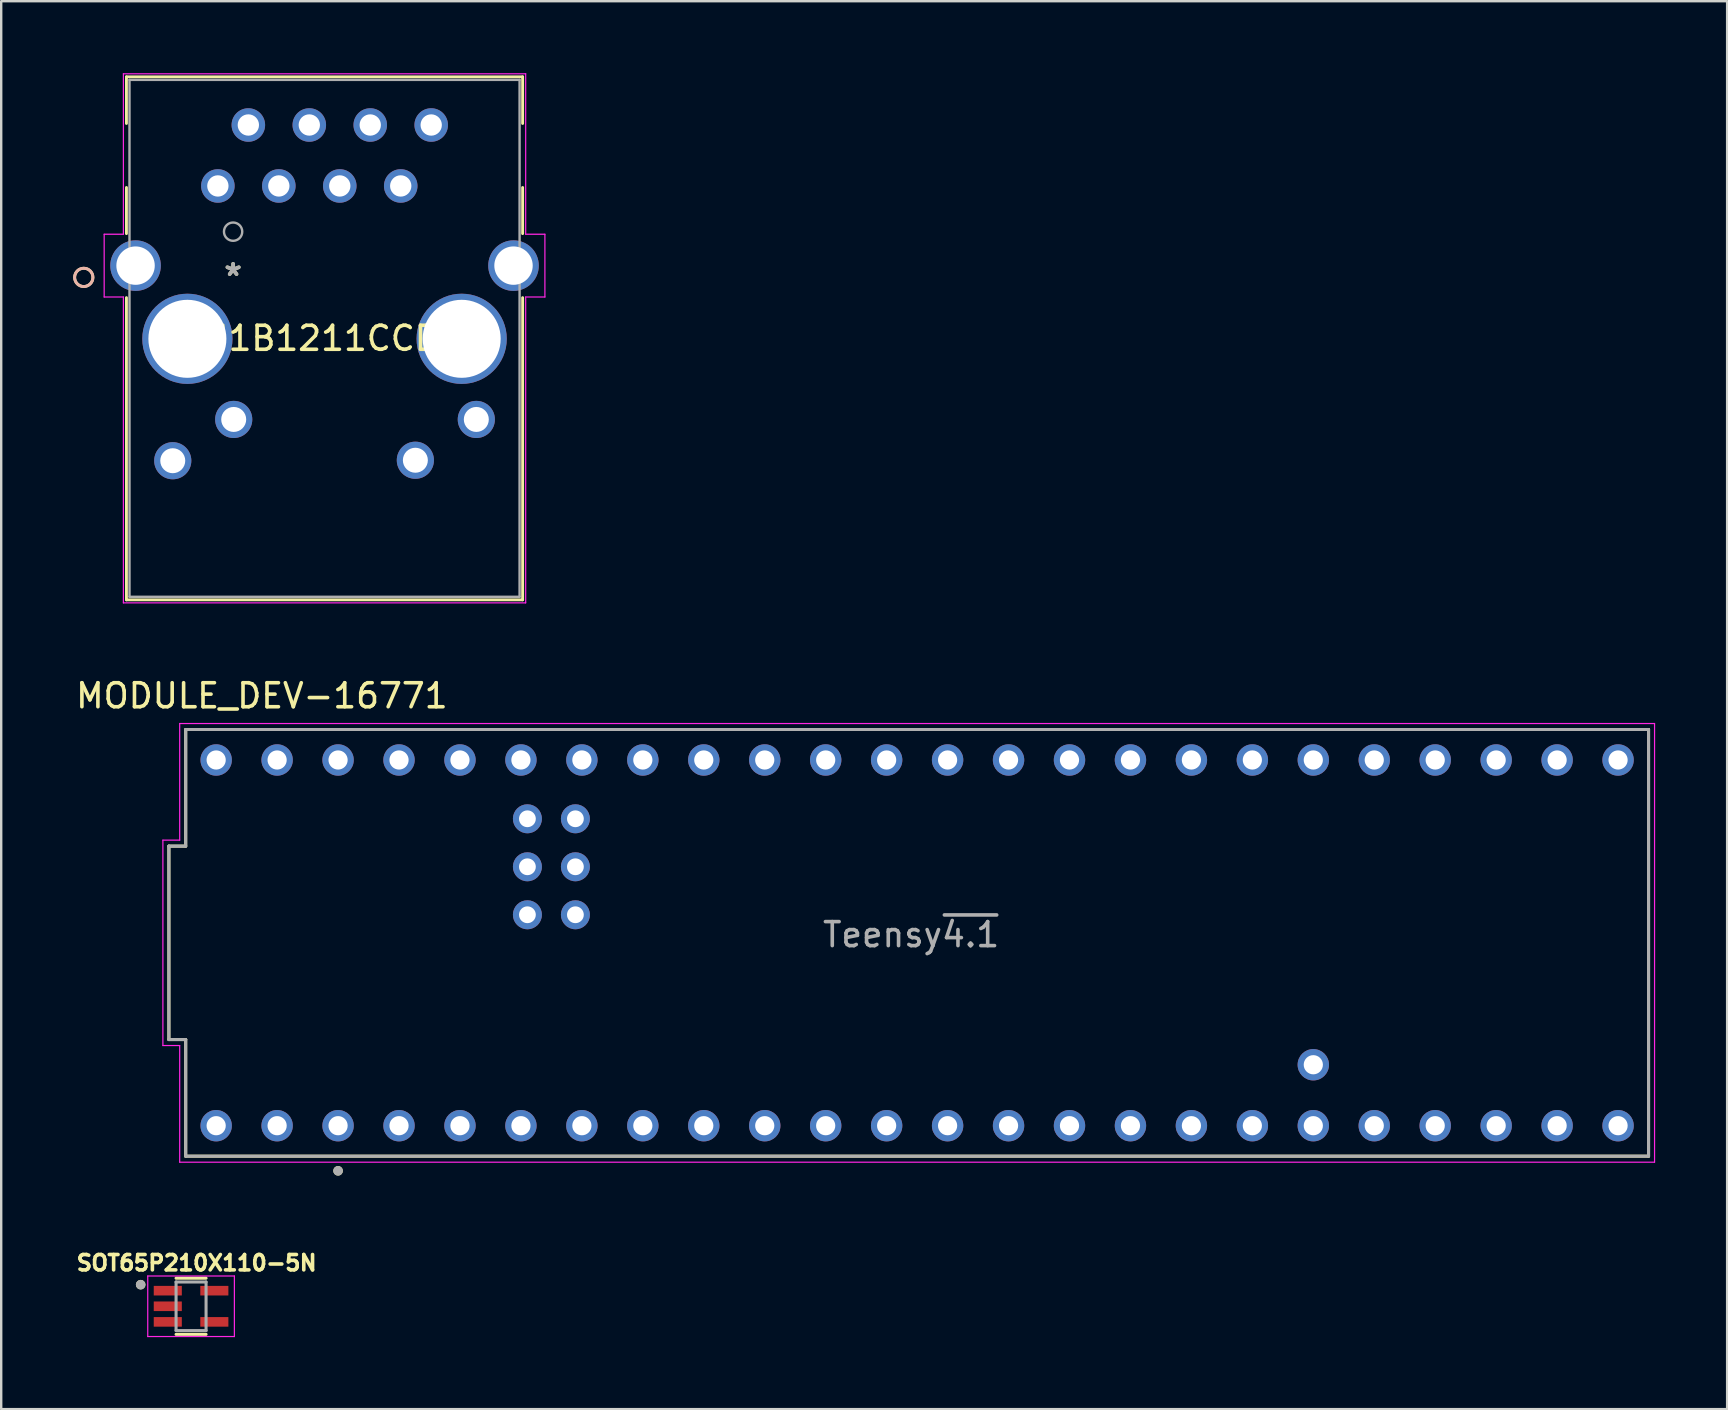
<source format=kicad_pcb>
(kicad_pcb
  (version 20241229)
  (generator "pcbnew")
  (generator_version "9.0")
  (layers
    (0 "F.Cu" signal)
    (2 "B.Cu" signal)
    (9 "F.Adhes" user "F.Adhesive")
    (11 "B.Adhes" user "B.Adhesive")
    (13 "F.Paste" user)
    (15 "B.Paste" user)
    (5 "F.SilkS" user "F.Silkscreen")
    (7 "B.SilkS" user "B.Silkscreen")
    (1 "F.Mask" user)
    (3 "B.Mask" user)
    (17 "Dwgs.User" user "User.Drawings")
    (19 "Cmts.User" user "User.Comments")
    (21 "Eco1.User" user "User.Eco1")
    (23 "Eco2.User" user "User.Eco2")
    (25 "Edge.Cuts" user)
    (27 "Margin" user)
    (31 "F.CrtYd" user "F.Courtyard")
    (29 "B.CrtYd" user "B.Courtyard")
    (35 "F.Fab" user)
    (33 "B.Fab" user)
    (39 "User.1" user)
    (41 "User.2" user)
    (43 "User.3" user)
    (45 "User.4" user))
  (footprint "MODULE_DEV-16771"
    (layer "F.Cu")
    (at 35.168 36.24)
    (property "Reference" "MODULE_DEV-16771" (at -27.305 -10.295 0) (layer "F.SilkS") (effects (font (size 1 1) (thickness 0.15))))
    (attr through_hole)
    (fp_line (start -31.18 4.03) (end -31.18 -4.03) (stroke (width 0.127) (type solid)) (layer "F.SilkS"))
    (fp_line (start -30.48 -8.89) (end -30.48 -4.03) (stroke (width 0.127) (type solid)) (layer "F.SilkS"))
    (fp_line (start -30.48 -8.89) (end 30.48 -8.89) (stroke (width 0.127) (type solid)) (layer "F.SilkS"))
    (fp_line (start -30.48 -4.03) (end -31.18 -4.03) (stroke (width 0.127) (type solid)) (layer "F.SilkS"))
    (fp_line (start -30.48 4.03) (end -31.18 4.03) (stroke (width 0.127) (type solid)) (layer "F.SilkS"))
    (fp_line (start -30.48 8.89) (end -30.48 4.03) (stroke (width 0.127) (type solid)) (layer "F.SilkS"))
    (fp_line (start 30.48 -8.89) (end 30.48 8.89) (stroke (width 0.127) (type solid)) (layer "F.SilkS"))
    (fp_line (start 30.48 8.89) (end -30.48 8.89) (stroke (width 0.127) (type solid)) (layer "F.SilkS"))
    (fp_circle (center -24.13 9.5) (end -24.03 9.5) (stroke (width 0.2) (type solid)) (fill no) (layer "F.SilkS"))
    (fp_line (start -31.43 4.28) (end -31.43 -4.28) (stroke (width 0.05) (type solid)) (layer "F.CrtYd"))
    (fp_line (start -30.73 -9.14) (end -30.73 -4.28) (stroke (width 0.05) (type solid)) (layer "F.CrtYd"))
    (fp_line (start -30.73 -9.14) (end 30.73 -9.14) (stroke (width 0.05) (type solid)) (layer "F.CrtYd"))
    (fp_line (start -30.73 -4.28) (end -31.43 -4.28) (stroke (width 0.05) (type solid)) (layer "F.CrtYd"))
    (fp_line (start -30.73 4.28) (end -31.43 4.28) (stroke (width 0.05) (type solid)) (layer "F.CrtYd"))
    (fp_line (start -30.73 9.14) (end -30.73 4.28) (stroke (width 0.05) (type solid)) (layer "F.CrtYd"))
    (fp_line (start 30.73 -9.14) (end 30.73 9.14) (stroke (width 0.05) (type solid)) (layer "F.CrtYd"))
    (fp_line (start 30.73 9.14) (end -30.73 9.14) (stroke (width 0.05) (type solid)) (layer "F.CrtYd"))
    (fp_line (start -31.18 4.03) (end -31.18 -4.03) (stroke (width 0.127) (type solid)) (layer "F.Fab"))
    (fp_line (start -30.48 -8.89) (end -30.48 -4.03) (stroke (width 0.127) (type solid)) (layer "F.Fab"))
    (fp_line (start -30.48 -8.89) (end 30.48 -8.89) (stroke (width 0.127) (type solid)) (layer "F.Fab"))
    (fp_line (start -30.48 -4.03) (end -31.18 -4.03) (stroke (width 0.127) (type solid)) (layer "F.Fab"))
    (fp_line (start -30.48 4.03) (end -31.18 4.03) (stroke (width 0.127) (type solid)) (layer "F.Fab"))
    (fp_line (start -30.48 8.89) (end -30.48 4.03) (stroke (width 0.127) (type solid)) (layer "F.Fab"))
    (fp_line (start 30.48 -8.89) (end 30.48 8.89) (stroke (width 0.127) (type solid)) (layer "F.Fab"))
    (fp_line (start 30.48 8.89) (end -30.48 8.89) (stroke (width 0.127) (type solid)) (layer "F.Fab"))
    (fp_circle (center -24.13 9.5) (end -24.03 9.5) (stroke (width 0.2) (type solid)) (fill no) (layer "F.Fab"))
    (fp_text user "Teensy~{4.1}" (at -0.25 -0.34 0) (layer "F.Fab") (effects (font (size 1 1) (thickness 0.15))))
    (pad "0" thru_hole circle (at -26.67 7.62) (size 1.308 1.308) (drill 0.8) (layers "*.Cu" "*.Mask"))
    (pad "1" thru_hole circle (at -24.13 7.62) (size 1.308 1.308) (drill 0.8) (layers "*.Cu" "*.Mask"))
    (pad "2" thru_hole circle (at -21.59 7.62) (size 1.308 1.308) (drill 0.8) (layers "*.Cu" "*.Mask"))
    (pad "3" thru_hole circle (at -19.05 7.62) (size 1.308 1.308) (drill 0.8) (layers "*.Cu" "*.Mask"))
    (pad "3.3V_1" thru_hole circle (at 6.35 7.62) (size 1.308 1.308) (drill 0.8) (layers "*.Cu" "*.Mask"))
    (pad "3.3V_2" thru_hole circle (at -24.13 -7.62) (size 1.308 1.308) (drill 0.8) (layers "*.Cu" "*.Mask"))
    (pad "4" thru_hole circle (at -16.51 7.62) (size 1.308 1.308) (drill 0.8) (layers "*.Cu" "*.Mask"))
    (pad "5" thru_hole circle (at -13.97 7.62) (size 1.308 1.308) (drill 0.8) (layers "*.Cu" "*.Mask"))
    (pad "6" thru_hole circle (at -11.43 7.62) (size 1.308 1.308) (drill 0.8) (layers "*.Cu" "*.Mask"))
    (pad "7" thru_hole circle (at -8.89 7.62) (size 1.308 1.308) (drill 0.8) (layers "*.Cu" "*.Mask"))
    (pad "8" thru_hole circle (at -6.35 7.62) (size 1.308 1.308) (drill 0.8) (layers "*.Cu" "*.Mask"))
    (pad "9" thru_hole circle (at -3.81 7.62) (size 1.308 1.308) (drill 0.8) (layers "*.Cu" "*.Mask"))
    (pad "10" thru_hole circle (at -1.27 7.62) (size 1.308 1.308) (drill 0.8) (layers "*.Cu" "*.Mask"))
    (pad "11" thru_hole circle (at 1.27 7.62) (size 1.308 1.308) (drill 0.8) (layers "*.Cu" "*.Mask"))
    (pad "12" thru_hole circle (at 3.81 7.62) (size 1.308 1.308) (drill 0.8) (layers "*.Cu" "*.Mask"))
    (pad "13" thru_hole circle (at 3.81 -7.62) (size 1.308 1.308) (drill 0.8) (layers "*.Cu" "*.Mask"))
    (pad "14" thru_hole circle (at 1.27 -7.62) (size 1.308 1.308) (drill 0.8) (layers "*.Cu" "*.Mask"))
    (pad "15" thru_hole circle (at -1.27 -7.62) (size 1.308 1.308) (drill 0.8) (layers "*.Cu" "*.Mask"))
    (pad "16" thru_hole circle (at -3.81 -7.62) (size 1.308 1.308) (drill 0.8) (layers "*.Cu" "*.Mask"))
    (pad "17" thru_hole circle (at -6.35 -7.62) (size 1.308 1.308) (drill 0.8) (layers "*.Cu" "*.Mask"))
    (pad "18" thru_hole circle (at -8.89 -7.62) (size 1.308 1.308) (drill 0.8) (layers "*.Cu" "*.Mask"))
    (pad "19" thru_hole circle (at -11.43 -7.62) (size 1.308 1.308) (drill 0.8) (layers "*.Cu" "*.Mask"))
    (pad "20" thru_hole circle (at -13.97 -7.62) (size 1.308 1.308) (drill 0.8) (layers "*.Cu" "*.Mask"))
    (pad "21" thru_hole circle (at -16.51 -7.62) (size 1.308 1.308) (drill 0.8) (layers "*.Cu" "*.Mask"))
    (pad "22" thru_hole circle (at -19.05 -7.62) (size 1.308 1.308) (drill 0.8) (layers "*.Cu" "*.Mask"))
    (pad "23" thru_hole circle (at -21.59 -7.62) (size 1.308 1.308) (drill 0.8) (layers "*.Cu" "*.Mask"))
    (pad "24" thru_hole circle (at 8.89 7.62) (size 1.308 1.308) (drill 0.8) (layers "*.Cu" "*.Mask"))
    (pad "25" thru_hole circle (at 11.43 7.62) (size 1.308 1.308) (drill 0.8) (layers "*.Cu" "*.Mask"))
    (pad "26" thru_hole circle (at 13.97 7.62) (size 1.308 1.308) (drill 0.8) (layers "*.Cu" "*.Mask"))
    (pad "27" thru_hole circle (at 16.51 7.62) (size 1.308 1.308) (drill 0.8) (layers "*.Cu" "*.Mask"))
    (pad "28" thru_hole circle (at 19.05 7.62) (size 1.308 1.308) (drill 0.8) (layers "*.Cu" "*.Mask"))
    (pad "29" thru_hole circle (at 21.59 7.62) (size 1.308 1.308) (drill 0.8) (layers "*.Cu" "*.Mask"))
    (pad "30" thru_hole circle (at 24.13 7.62) (size 1.308 1.308) (drill 0.8) (layers "*.Cu" "*.Mask"))
    (pad "31" thru_hole circle (at 26.67 7.62) (size 1.308 1.308) (drill 0.8) (layers "*.Cu" "*.Mask"))
    (pad "32" thru_hole circle (at 29.21 7.62) (size 1.308 1.308) (drill 0.8) (layers "*.Cu" "*.Mask"))
    (pad "33" thru_hole circle (at 29.21 -7.62) (size 1.308 1.308) (drill 0.8) (layers "*.Cu" "*.Mask"))
    (pad "34" thru_hole circle (at 26.67 -7.62) (size 1.308 1.308) (drill 0.8) (layers "*.Cu" "*.Mask"))
    (pad "35" thru_hole circle (at 24.13 -7.62) (size 1.308 1.308) (drill 0.8) (layers "*.Cu" "*.Mask"))
    (pad "36" thru_hole circle (at 21.59 -7.62) (size 1.308 1.308) (drill 0.8) (layers "*.Cu" "*.Mask"))
    (pad "37" thru_hole circle (at 19.05 -7.62) (size 1.308 1.308) (drill 0.8) (layers "*.Cu" "*.Mask"))
    (pad "38" thru_hole circle (at 16.51 -7.62) (size 1.308 1.308) (drill 0.8) (layers "*.Cu" "*.Mask"))
    (pad "39" thru_hole circle (at 13.97 -7.62) (size 1.308 1.308) (drill 0.8) (layers "*.Cu" "*.Mask"))
    (pad "40" thru_hole circle (at 11.43 -7.62) (size 1.308 1.308) (drill 0.8) (layers "*.Cu" "*.Mask"))
    (pad "41" thru_hole circle (at 8.89 -7.62) (size 1.308 1.308) (drill 0.8) (layers "*.Cu" "*.Mask"))
    (pad "GND1" thru_hole circle (at -29.21 7.62) (size 1.308 1.308) (drill 0.8) (layers "*.Cu" "*.Mask"))
    (pad "GND2" thru_hole circle (at 6.35 -7.62) (size 1.308 1.308) (drill 0.8) (layers "*.Cu" "*.Mask"))
    (pad "GND3" thru_hole circle (at -26.67 -7.62) (size 1.308 1.308) (drill 0.8) (layers "*.Cu" "*.Mask"))
    (pad "GND5" thru_hole circle (at -14.24 -3.17) (size 1.208 1.208) (drill 0.7) (layers "*.Cu" "*.Mask"))
    (pad "LED" thru_hole circle (at -16.24 -3.17) (size 1.208 1.208) (drill 0.7) (layers "*.Cu" "*.Mask"))
    (pad "R+" thru_hole circle (at -16.24 -5.17) (size 1.208 1.208) (drill 0.7) (layers "*.Cu" "*.Mask"))
    (pad "R-" thru_hole circle (at -14.24 -5.17) (size 1.208 1.208) (drill 0.7) (layers "*.Cu" "*.Mask"))
    (pad "T+" thru_hole circle (at -14.24 -1.17) (size 1.208 1.208) (drill 0.7) (layers "*.Cu" "*.Mask"))
    (pad "T-" thru_hole circle (at -16.24 -1.17) (size 1.208 1.208) (drill 0.7) (layers "*.Cu" "*.Mask"))
    (pad "VBAT" thru_hole circle (at 16.51 5.08) (size 1.308 1.308) (drill 0.8) (layers "*.Cu" "*.Mask"))
    (pad "VIN" thru_hole circle (at -29.21 -7.62) (size 1.308 1.308) (drill 0.8) (layers "*.Cu" "*.Mask")))
  (footprint "SOT65P210X110-5N"
    (layer "F.Cu")
    (at 4.912 51.385)
    (property "Reference" "SOT65P210X110-5N" (at 0.232 -1.806 0) (layer "F.SilkS") (effects (font (size 0.64 0.64) (thickness 0.15))))
    (attr through_hole)
    (fp_line (start -0.625 1.17) (end 0.625 1.17) (stroke (width 0.127) (type solid)) (layer "F.SilkS"))
    (fp_line (start 0.625 -1.17) (end -0.625 -1.17) (stroke (width 0.127) (type solid)) (layer "F.SilkS"))
    (fp_circle (center -2.1 -0.9) (end -2 -0.9) (stroke (width 0.2) (type solid)) (fill no) (layer "F.SilkS"))
    (fp_line (start -1.805 -1.262) (end -1.805 1.262) (stroke (width 0.05) (type solid)) (layer "F.CrtYd"))
    (fp_line (start -1.805 1.262) (end 1.805 1.262) (stroke (width 0.05) (type solid)) (layer "F.CrtYd"))
    (fp_line (start 1.805 -1.262) (end -1.805 -1.262) (stroke (width 0.05) (type solid)) (layer "F.CrtYd"))
    (fp_line (start 1.805 1.262) (end 1.805 -1.262) (stroke (width 0.05) (type solid)) (layer "F.CrtYd"))
    (fp_line (start -0.625 -1.012) (end -0.625 1.012) (stroke (width 0.127) (type solid)) (layer "F.Fab"))
    (fp_line (start -0.625 1.012) (end 0.625 1.012) (stroke (width 0.127) (type solid)) (layer "F.Fab"))
    (fp_line (start 0.625 -1.012) (end -0.625 -1.012) (stroke (width 0.127) (type solid)) (layer "F.Fab"))
    (fp_line (start 0.625 1.012) (end 0.625 -1.012) (stroke (width 0.127) (type solid)) (layer "F.Fab"))
    (fp_circle (center -2.1 -0.9) (end -2 -0.9) (stroke (width 0.2) (type solid)) (fill no) (layer "F.Fab"))
    (pad "1" smd rect (at -0.97 -0.65) (size 1.17 0.4) (layers "F.Cu" "F.Mask" "F.Paste"))
    (pad "2" smd rect (at -0.97 0) (size 1.17 0.4) (layers "F.Cu" "F.Mask" "F.Paste"))
    (pad "3" smd rect (at -0.97 0.65) (size 1.17 0.4) (layers "F.Cu" "F.Mask" "F.Paste"))
    (pad "4" smd rect (at 0.97 0.65) (size 1.17 0.4) (layers "F.Cu" "F.Mask" "F.Paste"))
    (pad "5" smd rect (at 0.97 -0.65) (size 1.17 0.4) (layers "F.Cu" "F.Mask" "F.Paste")))
  (footprint "J1B1211CCD"
    (layer "F.Cu")
    (at 6.664 8.489)
    (property "Reference" "J1B1211CCD" (at 3.81 2.56 0) (layer "F.SilkS") (effects (font (size 1 1) (thickness 0.15))))
    (attr through_hole)
    (fp_line (start -4.445 -8.337) (end -4.445 -6.394) (stroke (width 0.12) (type solid)) (layer "F.SilkS"))
    (fp_line (start -4.445 -3.726) (end -4.445 -1.804) (stroke (width 0.12) (type solid)) (layer "F.SilkS"))
    (fp_line (start -4.445 0.864) (end -4.445 13.457) (stroke (width 0.12) (type solid)) (layer "F.SilkS"))
    (fp_line (start -4.445 13.457) (end 12.065 13.457) (stroke (width 0.12) (type solid)) (layer "F.SilkS"))
    (fp_line (start 12.065 -8.337) (end -4.445 -8.337) (stroke (width 0.12) (type solid)) (layer "F.SilkS"))
    (fp_line (start 12.065 -6.394) (end 12.065 -8.337) (stroke (width 0.12) (type solid)) (layer "F.SilkS"))
    (fp_line (start 12.065 -1.804) (end 12.065 -3.726) (stroke (width 0.12) (type solid)) (layer "F.SilkS"))
    (fp_line (start 12.065 13.457) (end 12.065 0.864) (stroke (width 0.12) (type solid)) (layer "F.SilkS"))
    (fp_circle (center -6.223 0.02) (end -5.842 0.02) (stroke (width 0.12) (type solid)) (fill no) (layer "F.SilkS"))
    (fp_circle (center -6.223 0.02) (end -5.842 0.02) (stroke (width 0.12) (type solid)) (fill no) (layer "B.SilkS"))
    (fp_line (start -5.373 -1.778) (end -5.373 0.838) (stroke (width 0.05) (type solid)) (layer "F.CrtYd"))
    (fp_line (start -5.373 0.838) (end -4.572 0.838) (stroke (width 0.05) (type solid)) (layer "F.CrtYd"))
    (fp_line (start -4.572 -8.464) (end -4.572 -1.778) (stroke (width 0.05) (type solid)) (layer "F.CrtYd"))
    (fp_line (start -4.572 -1.778) (end -5.373 -1.778) (stroke (width 0.05) (type solid)) (layer "F.CrtYd"))
    (fp_line (start -4.572 0.838) (end -4.572 13.584) (stroke (width 0.05) (type solid)) (layer "F.CrtYd"))
    (fp_line (start -4.572 13.584) (end 12.192 13.584) (stroke (width 0.05) (type solid)) (layer "F.CrtYd"))
    (fp_line (start 12.192 -8.464) (end -4.572 -8.464) (stroke (width 0.05) (type solid)) (layer "F.CrtYd"))
    (fp_line (start 12.192 -1.778) (end 12.192 -8.464) (stroke (width 0.05) (type solid)) (layer "F.CrtYd"))
    (fp_line (start 12.192 0.838) (end 12.993 0.838) (stroke (width 0.05) (type solid)) (layer "F.CrtYd"))
    (fp_line (start 12.192 13.584) (end 12.192 0.838) (stroke (width 0.05) (type solid)) (layer "F.CrtYd"))
    (fp_line (start 12.993 -1.778) (end 12.192 -1.778) (stroke (width 0.05) (type solid)) (layer "F.CrtYd"))
    (fp_line (start 12.993 0.838) (end 12.993 -1.778) (stroke (width 0.05) (type solid)) (layer "F.CrtYd"))
    (fp_line (start -4.318 -8.21) (end -4.318 13.33) (stroke (width 0.1) (type solid)) (layer "F.Fab"))
    (fp_line (start -4.318 13.33) (end 11.938 13.33) (stroke (width 0.1) (type solid)) (layer "F.Fab"))
    (fp_line (start 11.938 -8.21) (end -4.318 -8.21) (stroke (width 0.1) (type solid)) (layer "F.Fab"))
    (fp_line (start 11.938 13.33) (end 11.938 -8.21) (stroke (width 0.1) (type solid)) (layer "F.Fab"))
    (fp_circle (center 0 -1.885) (end 0.381 -1.885) (stroke (width 0.1) (type solid)) (fill no) (layer "F.Fab"))
    (fp_text user "*" (at 0 0 0) (layer "F.SilkS") (effects (font (size 1 1) (thickness 0.15))))
    (fp_text user "Copyright 2021 Accelerated Designs. All rights reserved." (at 0 0 0) (layer "Cmts.User") (effects (font (size 0.127 0.127) (thickness 0.002))))
    (fp_text user "*" (at 0 0 0) (layer "F.Fab") (effects (font (size 1 1) (thickness 0.15))))
    (pad "1" thru_hole circle (at -0.635 -3.79) (size 1.397 1.397) (drill 0.889) (layers "*.Cu" "*.Mask"))
    (pad "2" thru_hole circle (at 0.635 -6.33) (size 1.397 1.397) (drill 0.889) (layers "*.Cu" "*.Mask"))
    (pad "3" thru_hole circle (at 1.905 -3.79) (size 1.397 1.397) (drill 0.889) (layers "*.Cu" "*.Mask"))
    (pad "4" thru_hole circle (at 3.175 -6.33) (size 1.397 1.397) (drill 0.889) (layers "*.Cu" "*.Mask"))
    (pad "5" thru_hole circle (at 4.445 -3.79) (size 1.397 1.397) (drill 0.889) (layers "*.Cu" "*.Mask"))
    (pad "6" thru_hole circle (at 5.715 -6.33) (size 1.397 1.397) (drill 0.889) (layers "*.Cu" "*.Mask"))
    (pad "7" thru_hole circle (at 6.985 -3.79) (size 1.397 1.397) (drill 0.889) (layers "*.Cu" "*.Mask"))
    (pad "8" thru_hole circle (at 8.255 -6.33) (size 1.397 1.397) (drill 0.889) (layers "*.Cu" "*.Mask"))
    (pad "9" thru_hole circle (at -2.515 7.66) (size 1.549 1.549) (drill 1.041) (layers "*.Cu" "*.Mask"))
    (pad "10" thru_hole circle (at 0.025 5.94) (size 1.549 1.549) (drill 1.041) (layers "*.Cu" "*.Mask"))
    (pad "11" thru_hole circle (at 7.595 7.64) (size 1.549 1.549) (drill 1.041) (layers "*.Cu" "*.Mask"))
    (pad "12" thru_hole circle (at 10.135 5.94) (size 1.549 1.549) (drill 1.041) (layers "*.Cu" "*.Mask"))
    (pad "13" thru_hole circle (at -4.065 -0.47 90) (size 2.108 2.108) (drill 1.6) (layers "*.Cu" "*.Mask"))
    (pad "14" thru_hole circle (at -1.905 2.58 90) (size 3.759 3.759) (drill 3.251) (layers "*.Cu" "*.Mask"))
    (pad "15" thru_hole circle (at 9.525 2.58 90) (size 3.759 3.759) (drill 3.251) (layers "*.Cu" "*.Mask"))
    (pad "16" thru_hole circle (at 11.685 -0.47 90) (size 2.108 2.108) (drill 1.6) (layers "*.Cu" "*.Mask")))
  (gr_rect
    (start -3 -3)
    (end 68.923 55.672)
    (stroke (width 0.1) (type default))
    (fill no)
    (layer "Edge.Cuts")))
</source>
